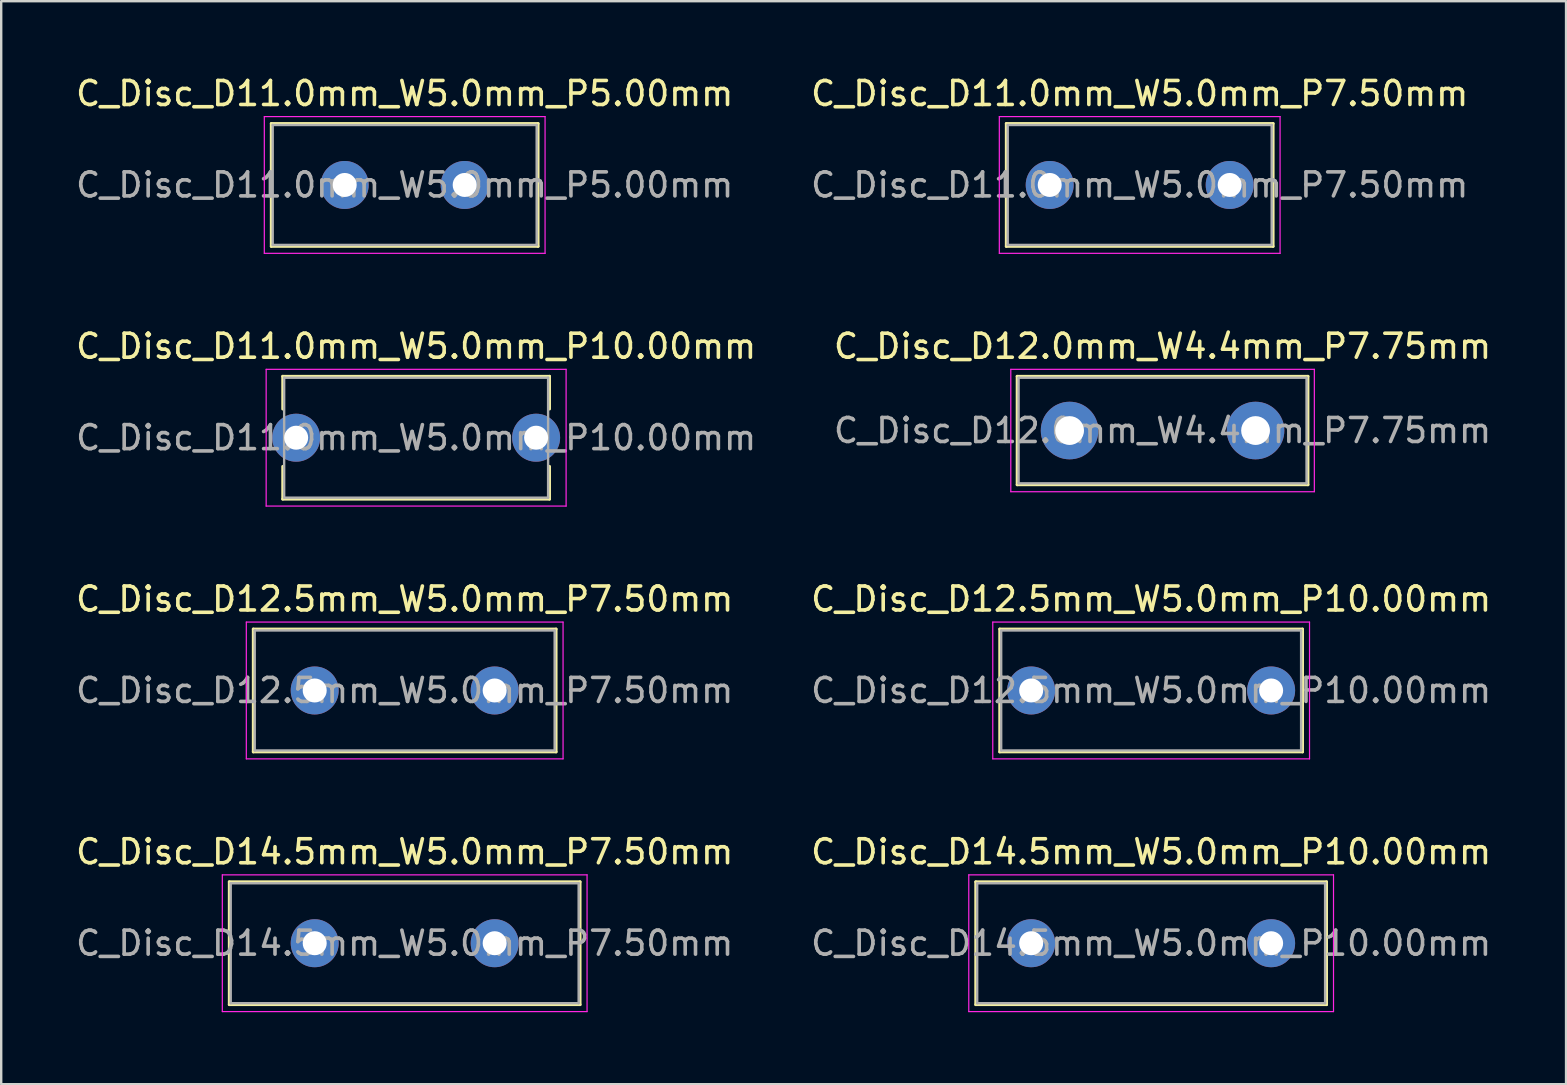
<source format=kicad_pcb>
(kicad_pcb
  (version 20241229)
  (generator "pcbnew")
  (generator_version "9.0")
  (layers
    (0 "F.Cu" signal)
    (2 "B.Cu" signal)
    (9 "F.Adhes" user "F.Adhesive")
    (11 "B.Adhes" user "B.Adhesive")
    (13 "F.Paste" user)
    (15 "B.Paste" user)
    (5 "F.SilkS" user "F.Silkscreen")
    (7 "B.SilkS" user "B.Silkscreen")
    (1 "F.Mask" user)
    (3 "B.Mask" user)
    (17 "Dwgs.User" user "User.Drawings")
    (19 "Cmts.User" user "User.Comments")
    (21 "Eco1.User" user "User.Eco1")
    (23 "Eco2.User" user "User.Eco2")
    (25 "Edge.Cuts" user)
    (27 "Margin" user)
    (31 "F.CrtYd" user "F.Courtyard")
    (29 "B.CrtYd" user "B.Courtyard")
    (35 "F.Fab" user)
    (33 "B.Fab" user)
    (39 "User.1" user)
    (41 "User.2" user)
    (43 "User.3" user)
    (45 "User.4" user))
  (footprint "C_Disc_D11.0mm_W5.0mm_P5.00mm"
    (layer "F.Cu")
    (at 11.315 4.658)
    (property "Reference" "C_Disc_D11.0mm_W5.0mm_P5.00mm" (at 2.5 -3.81 0) (layer "F.SilkS") (effects (font (size 1 1) (thickness 0.15))))
    (attr through_hole)
    (fp_line (start -3.06 -2.56) (end -3.06 2.56) (stroke (width 0.12) (type solid)) (layer "F.SilkS"))
    (fp_line (start -3.06 -2.56) (end 8.06 -2.56) (stroke (width 0.12) (type solid)) (layer "F.SilkS"))
    (fp_line (start -3.06 2.56) (end 8.06 2.56) (stroke (width 0.12) (type solid)) (layer "F.SilkS"))
    (fp_line (start 8.06 -2.56) (end 8.06 2.56) (stroke (width 0.12) (type solid)) (layer "F.SilkS"))
    (fp_line (start -3.35 -2.85) (end -3.35 2.85) (stroke (width 0.05) (type solid)) (layer "F.CrtYd"))
    (fp_line (start -3.35 2.85) (end 8.35 2.85) (stroke (width 0.05) (type solid)) (layer "F.CrtYd"))
    (fp_line (start 8.35 -2.85) (end -3.35 -2.85) (stroke (width 0.05) (type solid)) (layer "F.CrtYd"))
    (fp_line (start 8.35 2.85) (end 8.35 -2.85) (stroke (width 0.05) (type solid)) (layer "F.CrtYd"))
    (fp_line (start -3 -2.5) (end -3 2.5) (stroke (width 0.1) (type solid)) (layer "F.Fab"))
    (fp_line (start -3 2.5) (end 8 2.5) (stroke (width 0.1) (type solid)) (layer "F.Fab"))
    (fp_line (start 8 -2.5) (end -3 -2.5) (stroke (width 0.1) (type solid)) (layer "F.Fab"))
    (fp_line (start 8 2.5) (end 8 -2.5) (stroke (width 0.1) (type solid)) (layer "F.Fab"))
    (fp_text user "${REFERENCE}" (at 2.5 0 0) (layer "F.Fab") (effects (font (size 1 1) (thickness 0.15))))
    (pad "1" thru_hole circle (at 0 0) (size 2 2) (drill 1) (layers "*.Cu" "*.Mask"))
    (pad "2" thru_hole circle (at 5 0) (size 2 2) (drill 1) (layers "*.Cu" "*.Mask")))
  (footprint "C_Disc_D14.5mm_W5.0mm_P10.00mm"
    (layer "F.Cu")
    (at 39.923 36.258)
    (property "Reference" "C_Disc_D14.5mm_W5.0mm_P10.00mm" (at 5 -3.81 0) (layer "F.SilkS") (effects (font (size 1 1) (thickness 0.15))))
    (attr through_hole)
    (fp_line (start -2.31 -2.56) (end -2.31 2.56) (stroke (width 0.12) (type solid)) (layer "F.SilkS"))
    (fp_line (start -2.31 -2.56) (end 12.31 -2.56) (stroke (width 0.12) (type solid)) (layer "F.SilkS"))
    (fp_line (start -2.31 2.56) (end 12.31 2.56) (stroke (width 0.12) (type solid)) (layer "F.SilkS"))
    (fp_line (start 12.31 -2.56) (end 12.31 2.56) (stroke (width 0.12) (type solid)) (layer "F.SilkS"))
    (fp_line (start -2.6 -2.85) (end -2.6 2.85) (stroke (width 0.05) (type solid)) (layer "F.CrtYd"))
    (fp_line (start -2.6 2.85) (end 12.6 2.85) (stroke (width 0.05) (type solid)) (layer "F.CrtYd"))
    (fp_line (start 12.6 -2.85) (end -2.6 -2.85) (stroke (width 0.05) (type solid)) (layer "F.CrtYd"))
    (fp_line (start 12.6 2.85) (end 12.6 -2.85) (stroke (width 0.05) (type solid)) (layer "F.CrtYd"))
    (fp_line (start -2.25 -2.5) (end -2.25 2.5) (stroke (width 0.1) (type solid)) (layer "F.Fab"))
    (fp_line (start -2.25 2.5) (end 12.25 2.5) (stroke (width 0.1) (type solid)) (layer "F.Fab"))
    (fp_line (start 12.25 -2.5) (end -2.25 -2.5) (stroke (width 0.1) (type solid)) (layer "F.Fab"))
    (fp_line (start 12.25 2.5) (end 12.25 -2.5) (stroke (width 0.1) (type solid)) (layer "F.Fab"))
    (fp_text user "${REFERENCE}" (at 5 0 0) (layer "F.Fab") (effects (font (size 1 1) (thickness 0.15))))
    (pad "1" thru_hole circle (at 0 0) (size 2 2) (drill 1) (layers "*.Cu" "*.Mask"))
    (pad "2" thru_hole circle (at 10 0) (size 2 2) (drill 1) (layers "*.Cu" "*.Mask")))
  (footprint "C_Disc_D11.0mm_W5.0mm_P10.00mm"
    (layer "F.Cu")
    (at 9.292 15.191)
    (property "Reference" "C_Disc_D11.0mm_W5.0mm_P10.00mm" (at 5 -3.81 0) (layer "F.SilkS") (effects (font (size 1 1) (thickness 0.15))))
    (attr through_hole)
    (fp_line (start -0.56 -2.56) (end -0.56 -1.195) (stroke (width 0.12) (type solid)) (layer "F.SilkS"))
    (fp_line (start -0.56 -2.56) (end 10.56 -2.56) (stroke (width 0.12) (type solid)) (layer "F.SilkS"))
    (fp_line (start -0.56 1.195) (end -0.56 2.56) (stroke (width 0.12) (type solid)) (layer "F.SilkS"))
    (fp_line (start -0.56 2.56) (end 10.56 2.56) (stroke (width 0.12) (type solid)) (layer "F.SilkS"))
    (fp_line (start 10.56 -2.56) (end 10.56 -1.195) (stroke (width 0.12) (type solid)) (layer "F.SilkS"))
    (fp_line (start 10.56 1.195) (end 10.56 2.56) (stroke (width 0.12) (type solid)) (layer "F.SilkS"))
    (fp_line (start -1.25 -2.85) (end -1.25 2.85) (stroke (width 0.05) (type solid)) (layer "F.CrtYd"))
    (fp_line (start -1.25 2.85) (end 11.25 2.85) (stroke (width 0.05) (type solid)) (layer "F.CrtYd"))
    (fp_line (start 11.25 -2.85) (end -1.25 -2.85) (stroke (width 0.05) (type solid)) (layer "F.CrtYd"))
    (fp_line (start 11.25 2.85) (end 11.25 -2.85) (stroke (width 0.05) (type solid)) (layer "F.CrtYd"))
    (fp_line (start -0.5 -2.5) (end -0.5 2.5) (stroke (width 0.1) (type solid)) (layer "F.Fab"))
    (fp_line (start -0.5 2.5) (end 10.5 2.5) (stroke (width 0.1) (type solid)) (layer "F.Fab"))
    (fp_line (start 10.5 -2.5) (end -0.5 -2.5) (stroke (width 0.1) (type solid)) (layer "F.Fab"))
    (fp_line (start 10.5 2.5) (end 10.5 -2.5) (stroke (width 0.1) (type solid)) (layer "F.Fab"))
    (fp_text user "${REFERENCE}" (at 5 0 0) (layer "F.Fab") (effects (font (size 1 1) (thickness 0.15))))
    (pad "1" thru_hole circle (at 0 0) (size 2 2) (drill 1) (layers "*.Cu" "*.Mask"))
    (pad "2" thru_hole circle (at 10 0) (size 2 2) (drill 1) (layers "*.Cu" "*.Mask")))
  (footprint "C_Disc_D12.0mm_W4.4mm_P7.75mm"
    (layer "F.Cu")
    (at 41.524 14.892)
    (property "Reference" "C_Disc_D12.0mm_W4.4mm_P7.75mm" (at 3.875 -3.51 0) (layer "F.SilkS") (effects (font (size 1 1) (thickness 0.15))))
    (attr through_hole)
    (fp_line (start -2.185 -2.26) (end -2.185 2.26) (stroke (width 0.12) (type solid)) (layer "F.SilkS"))
    (fp_line (start -2.185 -2.26) (end 9.935 -2.26) (stroke (width 0.12) (type solid)) (layer "F.SilkS"))
    (fp_line (start -2.185 2.26) (end 9.935 2.26) (stroke (width 0.12) (type solid)) (layer "F.SilkS"))
    (fp_line (start 9.935 -2.26) (end 9.935 2.26) (stroke (width 0.12) (type solid)) (layer "F.SilkS"))
    (fp_line (start -2.45 -2.55) (end -2.45 2.55) (stroke (width 0.05) (type solid)) (layer "F.CrtYd"))
    (fp_line (start -2.45 2.55) (end 10.2 2.55) (stroke (width 0.05) (type solid)) (layer "F.CrtYd"))
    (fp_line (start 10.2 -2.55) (end -2.45 -2.55) (stroke (width 0.05) (type solid)) (layer "F.CrtYd"))
    (fp_line (start 10.2 2.55) (end 10.2 -2.55) (stroke (width 0.05) (type solid)) (layer "F.CrtYd"))
    (fp_line (start -2.125 -2.2) (end -2.125 2.2) (stroke (width 0.1) (type solid)) (layer "F.Fab"))
    (fp_line (start -2.125 2.2) (end 9.875 2.2) (stroke (width 0.1) (type solid)) (layer "F.Fab"))
    (fp_line (start 9.875 -2.2) (end -2.125 -2.2) (stroke (width 0.1) (type solid)) (layer "F.Fab"))
    (fp_line (start 9.875 2.2) (end 9.875 -2.2) (stroke (width 0.1) (type solid)) (layer "F.Fab"))
    (fp_text user "${REFERENCE}" (at 3.875 0 0) (layer "F.Fab") (effects (font (size 1 1) (thickness 0.15))))
    (pad "1" thru_hole circle (at 0 0) (size 2.4 2.4) (drill 1.2) (layers "*.Cu" "*.Mask"))
    (pad "2" thru_hole circle (at 7.75 0) (size 2.4 2.4) (drill 1.2) (layers "*.Cu" "*.Mask")))
  (footprint "C_Disc_D11.0mm_W5.0mm_P7.50mm"
    (layer "F.Cu")
    (at 40.696 4.658)
    (property "Reference" "C_Disc_D11.0mm_W5.0mm_P7.50mm" (at 3.75 -3.81 0) (layer "F.SilkS") (effects (font (size 1 1) (thickness 0.15))))
    (attr through_hole)
    (fp_line (start -1.81 -2.56) (end -1.81 2.56) (stroke (width 0.12) (type solid)) (layer "F.SilkS"))
    (fp_line (start -1.81 -2.56) (end 9.31 -2.56) (stroke (width 0.12) (type solid)) (layer "F.SilkS"))
    (fp_line (start -1.81 2.56) (end 9.31 2.56) (stroke (width 0.12) (type solid)) (layer "F.SilkS"))
    (fp_line (start 9.31 -2.56) (end 9.31 2.56) (stroke (width 0.12) (type solid)) (layer "F.SilkS"))
    (fp_line (start -2.1 -2.85) (end -2.1 2.85) (stroke (width 0.05) (type solid)) (layer "F.CrtYd"))
    (fp_line (start -2.1 2.85) (end 9.6 2.85) (stroke (width 0.05) (type solid)) (layer "F.CrtYd"))
    (fp_line (start 9.6 -2.85) (end -2.1 -2.85) (stroke (width 0.05) (type solid)) (layer "F.CrtYd"))
    (fp_line (start 9.6 2.85) (end 9.6 -2.85) (stroke (width 0.05) (type solid)) (layer "F.CrtYd"))
    (fp_line (start -1.75 -2.5) (end -1.75 2.5) (stroke (width 0.1) (type solid)) (layer "F.Fab"))
    (fp_line (start -1.75 2.5) (end 9.25 2.5) (stroke (width 0.1) (type solid)) (layer "F.Fab"))
    (fp_line (start 9.25 -2.5) (end -1.75 -2.5) (stroke (width 0.1) (type solid)) (layer "F.Fab"))
    (fp_line (start 9.25 2.5) (end 9.25 -2.5) (stroke (width 0.1) (type solid)) (layer "F.Fab"))
    (fp_text user "${REFERENCE}" (at 3.75 0 0) (layer "F.Fab") (effects (font (size 1 1) (thickness 0.15))))
    (pad "1" thru_hole circle (at 0 0) (size 2 2) (drill 1) (layers "*.Cu" "*.Mask"))
    (pad "2" thru_hole circle (at 7.5 0) (size 2 2) (drill 1) (layers "*.Cu" "*.Mask")))
  (footprint "C_Disc_D12.5mm_W5.0mm_P7.50mm"
    (layer "F.Cu")
    (at 10.065 25.725)
    (property "Reference" "C_Disc_D12.5mm_W5.0mm_P7.50mm" (at 3.75 -3.81 0) (layer "F.SilkS") (effects (font (size 1 1) (thickness 0.15))))
    (attr through_hole)
    (fp_line (start -2.56 -2.56) (end -2.56 2.56) (stroke (width 0.12) (type solid)) (layer "F.SilkS"))
    (fp_line (start -2.56 -2.56) (end 10.06 -2.56) (stroke (width 0.12) (type solid)) (layer "F.SilkS"))
    (fp_line (start -2.56 2.56) (end 10.06 2.56) (stroke (width 0.12) (type solid)) (layer "F.SilkS"))
    (fp_line (start 10.06 -2.56) (end 10.06 2.56) (stroke (width 0.12) (type solid)) (layer "F.SilkS"))
    (fp_line (start -2.85 -2.85) (end -2.85 2.85) (stroke (width 0.05) (type solid)) (layer "F.CrtYd"))
    (fp_line (start -2.85 2.85) (end 10.35 2.85) (stroke (width 0.05) (type solid)) (layer "F.CrtYd"))
    (fp_line (start 10.35 -2.85) (end -2.85 -2.85) (stroke (width 0.05) (type solid)) (layer "F.CrtYd"))
    (fp_line (start 10.35 2.85) (end 10.35 -2.85) (stroke (width 0.05) (type solid)) (layer "F.CrtYd"))
    (fp_line (start -2.5 -2.5) (end -2.5 2.5) (stroke (width 0.1) (type solid)) (layer "F.Fab"))
    (fp_line (start -2.5 2.5) (end 10 2.5) (stroke (width 0.1) (type solid)) (layer "F.Fab"))
    (fp_line (start 10 -2.5) (end -2.5 -2.5) (stroke (width 0.1) (type solid)) (layer "F.Fab"))
    (fp_line (start 10 2.5) (end 10 -2.5) (stroke (width 0.1) (type solid)) (layer "F.Fab"))
    (fp_text user "${REFERENCE}" (at 3.75 0 0) (layer "F.Fab") (effects (font (size 1 1) (thickness 0.15))))
    (pad "1" thru_hole circle (at 0 0) (size 2 2) (drill 1) (layers "*.Cu" "*.Mask"))
    (pad "2" thru_hole circle (at 7.5 0) (size 2 2) (drill 1) (layers "*.Cu" "*.Mask")))
  (footprint "C_Disc_D12.5mm_W5.0mm_P10.00mm"
    (layer "F.Cu")
    (at 39.923 25.725)
    (property "Reference" "C_Disc_D12.5mm_W5.0mm_P10.00mm" (at 5 -3.81 0) (layer "F.SilkS") (effects (font (size 1 1) (thickness 0.15))))
    (attr through_hole)
    (fp_line (start -1.31 -2.56) (end -1.31 2.56) (stroke (width 0.12) (type solid)) (layer "F.SilkS"))
    (fp_line (start -1.31 -2.56) (end 11.31 -2.56) (stroke (width 0.12) (type solid)) (layer "F.SilkS"))
    (fp_line (start -1.31 2.56) (end 11.31 2.56) (stroke (width 0.12) (type solid)) (layer "F.SilkS"))
    (fp_line (start 11.31 -2.56) (end 11.31 2.56) (stroke (width 0.12) (type solid)) (layer "F.SilkS"))
    (fp_line (start -1.6 -2.85) (end -1.6 2.85) (stroke (width 0.05) (type solid)) (layer "F.CrtYd"))
    (fp_line (start -1.6 2.85) (end 11.6 2.85) (stroke (width 0.05) (type solid)) (layer "F.CrtYd"))
    (fp_line (start 11.6 -2.85) (end -1.6 -2.85) (stroke (width 0.05) (type solid)) (layer "F.CrtYd"))
    (fp_line (start 11.6 2.85) (end 11.6 -2.85) (stroke (width 0.05) (type solid)) (layer "F.CrtYd"))
    (fp_line (start -1.25 -2.5) (end -1.25 2.5) (stroke (width 0.1) (type solid)) (layer "F.Fab"))
    (fp_line (start -1.25 2.5) (end 11.25 2.5) (stroke (width 0.1) (type solid)) (layer "F.Fab"))
    (fp_line (start 11.25 -2.5) (end -1.25 -2.5) (stroke (width 0.1) (type solid)) (layer "F.Fab"))
    (fp_line (start 11.25 2.5) (end 11.25 -2.5) (stroke (width 0.1) (type solid)) (layer "F.Fab"))
    (fp_text user "${REFERENCE}" (at 5 0 0) (layer "F.Fab") (effects (font (size 1 1) (thickness 0.15))))
    (pad "1" thru_hole circle (at 0 0) (size 2 2) (drill 1) (layers "*.Cu" "*.Mask"))
    (pad "2" thru_hole circle (at 10 0) (size 2 2) (drill 1) (layers "*.Cu" "*.Mask")))
  (footprint "C_Disc_D14.5mm_W5.0mm_P7.50mm"
    (layer "F.Cu")
    (at 10.065 36.258)
    (property "Reference" "C_Disc_D14.5mm_W5.0mm_P7.50mm" (at 3.75 -3.81 0) (layer "F.SilkS") (effects (font (size 1 1) (thickness 0.15))))
    (attr through_hole)
    (fp_line (start -3.56 -2.56) (end -3.56 2.56) (stroke (width 0.12) (type solid)) (layer "F.SilkS"))
    (fp_line (start -3.56 -2.56) (end 11.06 -2.56) (stroke (width 0.12) (type solid)) (layer "F.SilkS"))
    (fp_line (start -3.56 2.56) (end 11.06 2.56) (stroke (width 0.12) (type solid)) (layer "F.SilkS"))
    (fp_line (start 11.06 -2.56) (end 11.06 2.56) (stroke (width 0.12) (type solid)) (layer "F.SilkS"))
    (fp_line (start -3.85 -2.85) (end -3.85 2.85) (stroke (width 0.05) (type solid)) (layer "F.CrtYd"))
    (fp_line (start -3.85 2.85) (end 11.35 2.85) (stroke (width 0.05) (type solid)) (layer "F.CrtYd"))
    (fp_line (start 11.35 -2.85) (end -3.85 -2.85) (stroke (width 0.05) (type solid)) (layer "F.CrtYd"))
    (fp_line (start 11.35 2.85) (end 11.35 -2.85) (stroke (width 0.05) (type solid)) (layer "F.CrtYd"))
    (fp_line (start -3.5 -2.5) (end -3.5 2.5) (stroke (width 0.1) (type solid)) (layer "F.Fab"))
    (fp_line (start -3.5 2.5) (end 11 2.5) (stroke (width 0.1) (type solid)) (layer "F.Fab"))
    (fp_line (start 11 -2.5) (end -3.5 -2.5) (stroke (width 0.1) (type solid)) (layer "F.Fab"))
    (fp_line (start 11 2.5) (end 11 -2.5) (stroke (width 0.1) (type solid)) (layer "F.Fab"))
    (fp_text user "${REFERENCE}" (at 3.75 0 0) (layer "F.Fab") (effects (font (size 1 1) (thickness 0.15))))
    (pad "1" thru_hole circle (at 0 0) (size 2 2) (drill 1) (layers "*.Cu" "*.Mask"))
    (pad "2" thru_hole circle (at 7.5 0) (size 2 2) (drill 1) (layers "*.Cu" "*.Mask")))
  (gr_rect
    (start -3 -3)
    (end 62.214 42.133)
    (stroke (width 0.1) (type default))
    (fill no)
    (layer "Edge.Cuts")))
</source>
